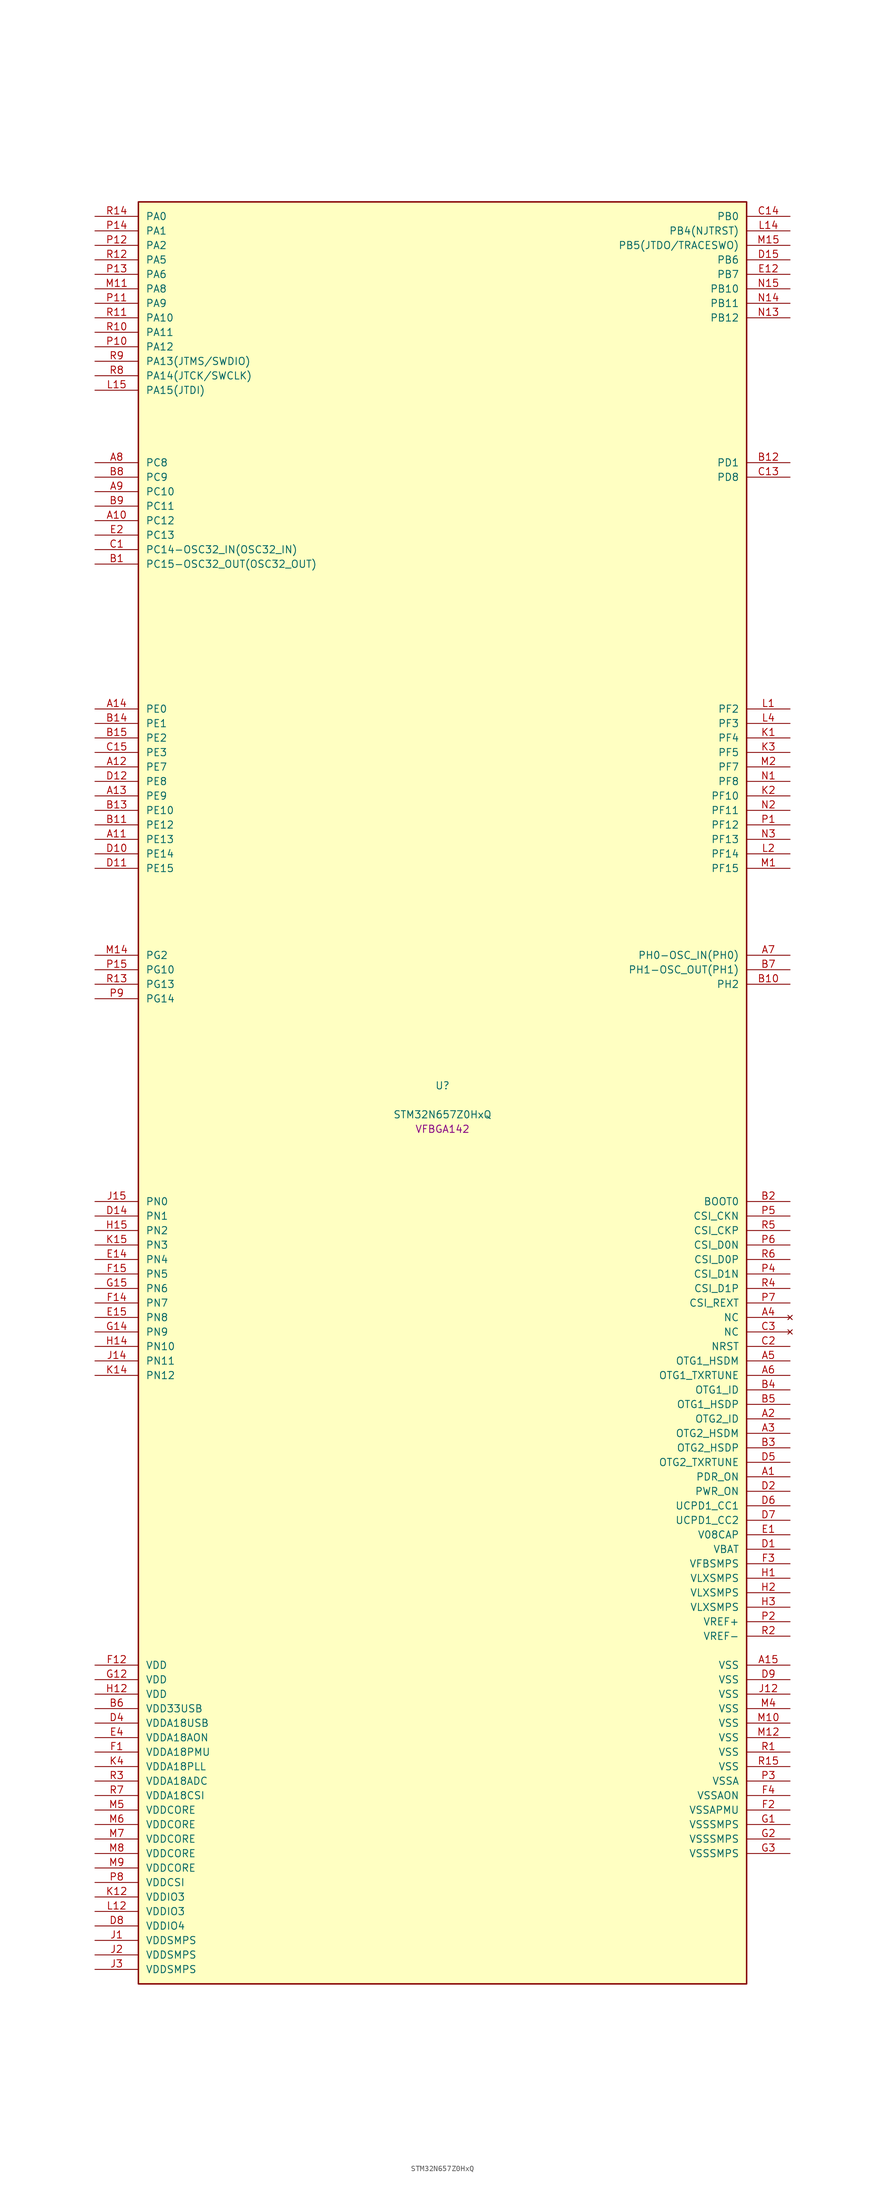
<source format=kicad_sym>
(kicad_symbol_lib
  (version 20241209)
  (generator "stm32_pkl_generator")
  (generator_version "1.0")
  (symbol "STM32N657Z0HxQ"
    (pin_names
      (offset 1.27))
    (property "Reference" "U"
      (at 0 2.54 0))
    (property "Value" "STM32N657Z0HxQ"
      (at 0 -2.54 0))
    (property "Footprint" "VFBGA142"
      (at 0 -5.08 0))
    (symbol "STM32N657Z0HxQ_1_1"
      (rectangle (start -53.34 157.48) (end 53.34 -154.94) (stroke (width 0.254) (type solid)) (fill (type background)))
      (pin bidirectional line (at -60.96 154.94 0) (length 7.62) (name "PA0") (number "R14") (alternate "PA0/ADC1_INN1" bidirectional line) (alternate "PA0/ADC1_INP0" bidirectional line) (alternate "PA0/ADC2_INN1" bidirectional line) (alternate "PA0/ADC2_INP0" bidirectional line) (alternate "PA0/HDP_HDP0" bidirectional line) (alternate "PA0/I2S6_WS" bidirectional line) (alternate "PA0/LTDC_G3" bidirectional line) (alternate "PA0/PWR_WKUP1" bidirectional line) (alternate "PA0/SAI2_SD_B" bidirectional line) (alternate "PA0/SPI6_NSS" bidirectional line) (alternate "PA0/TIM15_BKIN" bidirectional line) (alternate "PA0/TIM2_CH1" bidirectional line) (alternate "PA0/TIM9_CH1" bidirectional line) (alternate "PA0/UART4_TX" bidirectional line))
      (pin bidirectional line (at -60.96 152.4 0) (length 7.62) (name "PA1") (number "P14") (alternate "PA1/ADC1_INP1" bidirectional line) (alternate "PA1/ADC2_INP1" bidirectional line) (alternate "PA1/DCMIPP_D0" bidirectional line) (alternate "PA1/DCMI_D0" bidirectional line) (alternate "PA1/HDP_HDP1" bidirectional line) (alternate "PA1/LTDC_G2" bidirectional line) (alternate "PA1/PSSI_D0" bidirectional line) (alternate "PA1/SAI2_MCLK_B" bidirectional line) (alternate "PA1/TIM15_CH1N" bidirectional line) (alternate "PA1/TIM2_CH2" bidirectional line) (alternate "PA1/UART4_RX" bidirectional line))
      (pin bidirectional line (at -60.96 149.86 0) (length 7.62) (name "PA2") (number "P12") (alternate "PA2/ADC1_INP14" bidirectional line) (alternate "PA2/ADC2_INP14" bidirectional line) (alternate "PA2/HDP_HDP2" bidirectional line) (alternate "PA2/LTDC_B7" bidirectional line) (alternate "PA2/MDIOS_MDIO" bidirectional line) (alternate "PA2/PWR_WKUP2" bidirectional line) (alternate "PA2/SAI2_SCK_B" bidirectional line) (alternate "PA2/TIM15_CH1" bidirectional line) (alternate "PA2/TIM2_CH3" bidirectional line))
      (pin bidirectional line (at -60.96 147.32 0) (length 7.62) (name "PA5") (number "R12") (alternate "PA5/ADC2_INP18" bidirectional line) (alternate "PA5/DCMIPP_D8" bidirectional line) (alternate "PA5/DCMI_D8" bidirectional line) (alternate "PA5/HDP_HDP5" bidirectional line) (alternate "PA5/I2S1_CK" bidirectional line) (alternate "PA5/I2S6_CK" bidirectional line) (alternate "PA5/I3C1_SCL" bidirectional line) (alternate "PA5/LTDC_CLK" bidirectional line) (alternate "PA5/PSSI_D8" bidirectional line) (alternate "PA5/PWR_CSTOP" bidirectional line) (alternate "PA5/SPI1_SCK" bidirectional line) (alternate "PA5/SPI6_SCK" bidirectional line) (alternate "PA5/TIM10_CH1" bidirectional line) (alternate "PA5/TIM2_CH1" bidirectional line) (alternate "PA5/TIM2_ETR" bidirectional line) (alternate "PA5/TIM9_CH2" bidirectional line))
      (pin bidirectional line (at -60.96 144.78 0) (length 7.62) (name "PA6") (number "P13") (alternate "PA6/ADC1_INP3" bidirectional line) (alternate "PA6/ADC2_INP3" bidirectional line) (alternate "PA6/BOOT1" bidirectional line) (alternate "PA6/DCMIPP_PIXCLK" bidirectional line) (alternate "PA6/DCMI_PIXCLK" bidirectional line) (alternate "PA6/HDP_HDP6" bidirectional line) (alternate "PA6/I2S1_SDI" bidirectional line) (alternate "PA6/I2S6_SDI" bidirectional line) (alternate "PA6/I3C1_SDA" bidirectional line) (alternate "PA6/LTDC_B7" bidirectional line) (alternate "PA6/LTDC_HSYNC" bidirectional line) (alternate "PA6/MDIOS_MDC" bidirectional line) (alternate "PA6/PSSI_PDCK" bidirectional line) (alternate "PA6/SPI1_MISO" bidirectional line) (alternate "PA6/SPI6_MISO" bidirectional line) (alternate "PA6/TIM13_CH1" bidirectional line) (alternate "PA6/TIM3_CH1" bidirectional line))
      (pin bidirectional line (at -60.96 142.24 0) (length 7.62) (name "PA8") (number "M11") (alternate "PA8/ADC1_INP5" bidirectional line) (alternate "PA8/ADC2_INP5" bidirectional line) (alternate "PA8/HDP_HDP0" bidirectional line) (alternate "PA8/I2C3_SCL" bidirectional line) (alternate "PA8/I3C2_SCL" bidirectional line) (alternate "PA8/LTDC_B6" bidirectional line) (alternate "PA8/RCC_MCO_1" bidirectional line) (alternate "PA8/TIM11_CH1" bidirectional line) (alternate "PA8/UART7_RX" bidirectional line) (alternate "PA8/USART1_CK" bidirectional line))
      (pin bidirectional line (at -60.96 139.7 0) (length 7.62) (name "PA9") (number "P11") (alternate "PA9/ADC1_INP10" bidirectional line) (alternate "PA9/ADC2_INP10" bidirectional line) (alternate "PA9/DCMIPP_D0" bidirectional line) (alternate "PA9/DCMI_D0" bidirectional line) (alternate "PA9/HDP_HDP1" bidirectional line) (alternate "PA9/I2C3_SDA" bidirectional line) (alternate "PA9/I3C2_SDA" bidirectional line) (alternate "PA9/LPUART1_TX" bidirectional line) (alternate "PA9/LTDC_B5" bidirectional line) (alternate "PA9/PSSI_D0" bidirectional line) (alternate "PA9/USART1_TX" bidirectional line))
      (pin bidirectional line (at -60.96 137.16 0) (length 7.62) (name "PA10") (number "R11") (alternate "PA10/ADC1_INN10" bidirectional line) (alternate "PA10/ADC1_INP11" bidirectional line) (alternate "PA10/ADC2_INN10" bidirectional line) (alternate "PA10/ADC2_INP11" bidirectional line) (alternate "PA10/DCMIPP_D1" bidirectional line) (alternate "PA10/DCMI_D1" bidirectional line) (alternate "PA10/HDP_HDP2" bidirectional line) (alternate "PA10/LPUART1_RX" bidirectional line) (alternate "PA10/LTDC_B4" bidirectional line) (alternate "PA10/MDIOS_MDIO" bidirectional line) (alternate "PA10/PSSI_D1" bidirectional line) (alternate "PA10/PWR_CSLEEP" bidirectional line) (alternate "PA10/USART1_RX" bidirectional line))
      (pin bidirectional line (at -60.96 134.62 0) (length 7.62) (name "PA11") (number "R10") (alternate "PA11/ADC1_EXTI11" bidirectional line) (alternate "PA11/ADC1_INN11" bidirectional line) (alternate "PA11/ADC1_INP12" bidirectional line) (alternate "PA11/ADC2_EXTI11" bidirectional line) (alternate "PA11/ADC2_INN11" bidirectional line) (alternate "PA11/ADC2_INP12" bidirectional line) (alternate "PA11/FDCAN1_RX" bidirectional line) (alternate "PA11/HDP_HDP3" bidirectional line) (alternate "PA11/LPUART1_CTS" bidirectional line) (alternate "PA11/LTDC_B3" bidirectional line) (alternate "PA11/UART4_RX" bidirectional line) (alternate "PA11/USART1_CTS" bidirectional line) (alternate "PA11/USART1_NSS" bidirectional line))
      (pin bidirectional line (at -60.96 132.08 0) (length 7.62) (name "PA12") (number "P10") (alternate "PA12/ADC1_INN12" bidirectional line) (alternate "PA12/ADC1_INP13" bidirectional line) (alternate "PA12/ADC2_INN12" bidirectional line) (alternate "PA12/ADC2_INP13" bidirectional line) (alternate "PA12/FDCAN1_TX" bidirectional line) (alternate "PA12/HDP_HDP4" bidirectional line) (alternate "PA12/LPUART1_RTS" bidirectional line) (alternate "PA12/LTDC_B2" bidirectional line) (alternate "PA12/SAI2_FS_B" bidirectional line) (alternate "PA12/UART4_TX" bidirectional line) (alternate "PA12/USART1_RTS" bidirectional line))
      (pin bidirectional line (at -60.96 129.54 0) (length 7.62) (name "PA13(JTMS/SWDIO)") (number "R9") (alternate "PA13(JTMS/SWDIO)/DEBUG_JTMS-SWDIO" bidirectional line) (alternate "PA13(JTMS/SWDIO)/HDP_HDP5" bidirectional line))
      (pin bidirectional line (at -60.96 127 0) (length 7.62) (name "PA14(JTCK/SWCLK)") (number "R8") (alternate "PA14(JTCK/SWCLK)/DEBUG_JTCK-SWCLK" bidirectional line) (alternate "PA14(JTCK/SWCLK)/HDP_HDP6" bidirectional line))
      (pin bidirectional line (at -60.96 124.46 0) (length 7.62) (name "PA15(JTDI)") (number "L15") (alternate "PA15(JTDI)/ADC1_EXTI15" bidirectional line) (alternate "PA15(JTDI)/ADC2_EXTI15" bidirectional line) (alternate "PA15(JTDI)/DEBUG_JTDI" bidirectional line) (alternate "PA15(JTDI)/HDP_HDP7" bidirectional line) (alternate "PA15(JTDI)/I2S1_WS" bidirectional line) (alternate "PA15(JTDI)/I2S3_WS" bidirectional line) (alternate "PA15(JTDI)/I2S6_WS" bidirectional line) (alternate "PA15(JTDI)/LTDC_R5" bidirectional line) (alternate "PA15(JTDI)/SPI1_NSS" bidirectional line) (alternate "PA15(JTDI)/SPI3_NSS" bidirectional line) (alternate "PA15(JTDI)/SPI6_NSS" bidirectional line) (alternate "PA15(JTDI)/TIM2_CH1" bidirectional line) (alternate "PA15(JTDI)/TIM2_ETR" bidirectional line) (alternate "PA15(JTDI)/UART4_DE" bidirectional line) (alternate "PA15(JTDI)/UART4_RTS" bidirectional line) (alternate "PA15(JTDI)/UART7_TX" bidirectional line))
      (pin bidirectional line (at 60.96 154.94 180) (length 7.62) (name "PB0") (number "C14") (alternate "PB0/ADF1_SDI0" bidirectional line) (alternate "PB0/DCMIPP_D4" bidirectional line) (alternate "PB0/DCMI_D4" bidirectional line) (alternate "PB0/DEBUG_TRACED1" bidirectional line) (alternate "PB0/MDF1_SDI2" bidirectional line) (alternate "PB0/PSSI_D4" bidirectional line) (alternate "PB0/SAI1_D2" bidirectional line) (alternate "PB0/SAI1_FS_A" bidirectional line) (alternate "PB0/SPI4_NSS" bidirectional line) (alternate "PB0/TIM15_CH1N" bidirectional line))
      (pin bidirectional line (at 60.96 152.4 180) (length 7.62) (name "PB4(NJTRST)") (number "L14") (alternate "PB4(NJTRST)/DCMIPP_VSYNC" bidirectional line) (alternate "PB4(NJTRST)/DCMI_VSYNC" bidirectional line) (alternate "PB4(NJTRST)/DEBUG_NJTRST" bidirectional line) (alternate "PB4(NJTRST)/HDP_HDP4" bidirectional line) (alternate "PB4(NJTRST)/I2S1_SDI" bidirectional line) (alternate "PB4(NJTRST)/I2S3_SDI" bidirectional line) (alternate "PB4(NJTRST)/I2S6_SDI" bidirectional line) (alternate "PB4(NJTRST)/LTDC_R3" bidirectional line) (alternate "PB4(NJTRST)/PSSI_RDY" bidirectional line) (alternate "PB4(NJTRST)/SPI1_MISO" bidirectional line) (alternate "PB4(NJTRST)/SPI3_MISO" bidirectional line) (alternate "PB4(NJTRST)/SPI6_MISO" bidirectional line) (alternate "PB4(NJTRST)/TIM3_CH1" bidirectional line) (alternate "PB4(NJTRST)/UART7_TX" bidirectional line))
      (pin bidirectional line (at 60.96 149.86 180) (length 7.62) (name "PB5(JTDO/TRACESWO)") (number "M15") (alternate "PB5(JTDO/TRACESWO)/DCMIPP_D10" bidirectional line) (alternate "PB5(JTDO/TRACESWO)/DCMI_D10" bidirectional line) (alternate "PB5(JTDO/TRACESWO)/DEBUG_JTDO-SWO" bidirectional line) (alternate "PB5(JTDO/TRACESWO)/FDCAN2_RX" bidirectional line) (alternate "PB5(JTDO/TRACESWO)/HDP_HDP5" bidirectional line) (alternate "PB5(JTDO/TRACESWO)/I2S1_SDO" bidirectional line) (alternate "PB5(JTDO/TRACESWO)/I2S3_SDO" bidirectional line) (alternate "PB5(JTDO/TRACESWO)/I2S6_SDO" bidirectional line) (alternate "PB5(JTDO/TRACESWO)/LTDC_R2" bidirectional line) (alternate "PB5(JTDO/TRACESWO)/PSSI_D10" bidirectional line) (alternate "PB5(JTDO/TRACESWO)/SPI1_MOSI" bidirectional line) (alternate "PB5(JTDO/TRACESWO)/SPI3_MOSI" bidirectional line) (alternate "PB5(JTDO/TRACESWO)/SPI6_MOSI" bidirectional line) (alternate "PB5(JTDO/TRACESWO)/TIM3_CH2" bidirectional line) (alternate "PB5(JTDO/TRACESWO)/UART5_RX" bidirectional line))
      (pin bidirectional line (at 60.96 147.32 180) (length 7.62) (name "PB6") (number "D15") (alternate "PB6/ADF1_CCK1" bidirectional line) (alternate "PB6/DCMIPP_D6" bidirectional line) (alternate "PB6/DCMI_D6" bidirectional line) (alternate "PB6/DEBUG_TRACED2" bidirectional line) (alternate "PB6/MDF1_CCK1" bidirectional line) (alternate "PB6/PSSI_D6" bidirectional line) (alternate "PB6/SAI1_CK2" bidirectional line) (alternate "PB6/SAI1_SCK_A" bidirectional line) (alternate "PB6/SPI4_MISO" bidirectional line) (alternate "PB6/TIM15_CH1" bidirectional line))
      (pin bidirectional line (at 60.96 144.78 180) (length 7.62) (name "PB7") (number "E12") (alternate "PB7/ADF1_SDI0" bidirectional line) (alternate "PB7/DCMIPP_D7" bidirectional line) (alternate "PB7/DCMI_D7" bidirectional line) (alternate "PB7/DEBUG_TRACED3" bidirectional line) (alternate "PB7/MDF1_SDI1" bidirectional line) (alternate "PB7/PSSI_D7" bidirectional line) (alternate "PB7/SAI1_D1" bidirectional line) (alternate "PB7/SAI1_SD_A" bidirectional line) (alternate "PB7/SAI2_MCLK_B" bidirectional line) (alternate "PB7/SPI4_MOSI" bidirectional line) (alternate "PB7/TIM15_CH2" bidirectional line))
      (pin bidirectional line (at 60.96 142.24 180) (length 7.62) (name "PB10") (number "N15") (alternate "PB10/ADC1_INN4" bidirectional line) (alternate "PB10/ADC1_INP8" bidirectional line) (alternate "PB10/ADC2_INN4" bidirectional line) (alternate "PB10/ADC2_INP8" bidirectional line) (alternate "PB10/HDP_HDP2" bidirectional line) (alternate "PB10/I2C2_SCL" bidirectional line) (alternate "PB10/I3C2_SCL" bidirectional line) (alternate "PB10/LPTIM2_IN1" bidirectional line) (alternate "PB10/LTDC_G7" bidirectional line) (alternate "PB10/TIM2_CH3" bidirectional line) (alternate "PB10/USART3_TX" bidirectional line))
      (pin bidirectional line (at 60.96 139.7 180) (length 7.62) (name "PB11") (number "N14") (alternate "PB11/ADC1_EXTI11" bidirectional line) (alternate "PB11/ADC1_INP4" bidirectional line) (alternate "PB11/ADC2_EXTI11" bidirectional line) (alternate "PB11/ADC2_INP4" bidirectional line) (alternate "PB11/HDP_HDP3" bidirectional line) (alternate "PB11/I2C2_SDA" bidirectional line) (alternate "PB11/I3C2_SDA" bidirectional line) (alternate "PB11/LPTIM2_ETR" bidirectional line) (alternate "PB11/LTDC_G6" bidirectional line) (alternate "PB11/TIM2_CH4" bidirectional line) (alternate "PB11/USART3_RX" bidirectional line))
      (pin bidirectional line (at 60.96 137.16 180) (length 7.62) (name "PB12") (number "N13") (alternate "PB12/FDCAN2_RX" bidirectional line) (alternate "PB12/HDP_HDP4" bidirectional line) (alternate "PB12/I2C2_SMBA" bidirectional line) (alternate "PB12/LPTIM2_IN2" bidirectional line) (alternate "PB12/LTDC_G5" bidirectional line) (alternate "PB12/UART5_RX" bidirectional line) (alternate "PB12/USART3_CK" bidirectional line))
      (pin bidirectional line (at -60.96 111.76 0) (length 7.62) (name "PC8") (number "A8") (alternate "PC8/DCMIPP_D2" bidirectional line) (alternate "PC8/DCMI_D2" bidirectional line) (alternate "PC8/DEBUG_TRACED1" bidirectional line) (alternate "PC8/HDP_HDP0" bidirectional line) (alternate "PC8/I2C3_SMBA" bidirectional line) (alternate "PC8/LTDC_B0" bidirectional line) (alternate "PC8/PSSI_D2" bidirectional line) (alternate "PC8/TIM3_CH3" bidirectional line) (alternate "PC8/UART5_DE" bidirectional line) (alternate "PC8/UART5_RTS" bidirectional line) (alternate "PC8/UCPD1_FRSTX1" bidirectional line))
      (pin bidirectional line (at -60.96 109.22 0) (length 7.62) (name "PC9") (number "B8") (alternate "PC9/AUDIOCLK" bidirectional line) (alternate "PC9/DCMIPP_D3" bidirectional line) (alternate "PC9/DCMI_D3" bidirectional line) (alternate "PC9/HDP_HDP1" bidirectional line) (alternate "PC9/I2C3_SDA" bidirectional line) (alternate "PC9/LTDC_B3" bidirectional line) (alternate "PC9/PSSI_D3" bidirectional line) (alternate "PC9/RCC_MCO_2" bidirectional line) (alternate "PC9/TIM3_CH4" bidirectional line) (alternate "PC9/UART5_CTS" bidirectional line) (alternate "PC9/UCPD1_FRSTX2" bidirectional line))
      (pin bidirectional line (at -60.96 106.68 0) (length 7.62) (name "PC10") (number "A9") (alternate "PC10/DCMIPP_D14" bidirectional line) (alternate "PC10/HDP_HDP2" bidirectional line) (alternate "PC10/I2C4_SCL" bidirectional line) (alternate "PC10/I2S3_CK" bidirectional line) (alternate "PC10/I3C2_SCL" bidirectional line) (alternate "PC10/PSSI_D14" bidirectional line) (alternate "PC10/SPI3_SCK" bidirectional line) (alternate "PC10/UART4_TX" bidirectional line) (alternate "PC10/USART3_TX" bidirectional line))
      (pin bidirectional line (at -60.96 104.14 0) (length 7.62) (name "PC11") (number "B9") (alternate "PC11/ADC1_EXTI11" bidirectional line) (alternate "PC11/ADC2_EXTI11" bidirectional line) (alternate "PC11/DCMIPP_D4" bidirectional line) (alternate "PC11/DCMI_D4" bidirectional line) (alternate "PC11/HDP_HDP3" bidirectional line) (alternate "PC11/I2C4_SDA" bidirectional line) (alternate "PC11/I2S3_SDI" bidirectional line) (alternate "PC11/I3C2_SDA" bidirectional line) (alternate "PC11/PSSI_D4" bidirectional line) (alternate "PC11/SPI3_MISO" bidirectional line) (alternate "PC11/UART4_RX" bidirectional line) (alternate "PC11/USART3_RX" bidirectional line))
      (pin bidirectional line (at -60.96 101.6 0) (length 7.62) (name "PC12") (number "A10") (alternate "PC12/DCMIPP_D9" bidirectional line) (alternate "PC12/DCMI_D9" bidirectional line) (alternate "PC12/DEBUG_TRACED3" bidirectional line) (alternate "PC12/HDP_HDP4" bidirectional line) (alternate "PC12/I2S3_SDO" bidirectional line) (alternate "PC12/I2S6_CK" bidirectional line) (alternate "PC12/PSSI_D9" bidirectional line) (alternate "PC12/SPI3_MOSI" bidirectional line) (alternate "PC12/SPI6_SCK" bidirectional line) (alternate "PC12/TIM15_CH1" bidirectional line) (alternate "PC12/UART5_TX" bidirectional line) (alternate "PC12/USART3_CK" bidirectional line))
      (pin bidirectional line (at -60.96 99.06 0) (length 7.62) (name "PC13") (number "E2") (alternate "PC13/HDP_HDP5" bidirectional line) (alternate "PC13/PWR_WKUP3" bidirectional line) (alternate "PC13/RTC_OUT1" bidirectional line) (alternate "PC13/RTC_TS" bidirectional line) (alternate "PC13/TAMP_IN1" bidirectional line) (alternate "PC13/TAMP_OUT2" bidirectional line))
      (pin bidirectional line (at -60.96 96.52 0) (length 7.62) (name "PC14-OSC32_IN(OSC32_IN)") (number "C1") (alternate "PC14-OSC32_IN(OSC32_IN)/RCC_OSC32_IN" bidirectional line))
      (pin bidirectional line (at -60.96 93.98 0) (length 7.62) (name "PC15-OSC32_OUT(OSC32_OUT)") (number "B1") (alternate "PC15-OSC32_OUT(OSC32_OUT)/ADC1_EXTI15" bidirectional line) (alternate "PC15-OSC32_OUT(OSC32_OUT)/ADC2_EXTI15" bidirectional line) (alternate "PC15-OSC32_OUT(OSC32_OUT)/RCC_OSC32_OUT" bidirectional line))
      (pin bidirectional line (at 60.96 111.76 180) (length 7.62) (name "PD1") (number "B12") (alternate "PD1/FDCAN1_TX" bidirectional line) (alternate "PD1/UART4_TX" bidirectional line))
      (pin bidirectional line (at 60.96 109.22 180) (length 7.62) (name "PD8") (number "C13") (alternate "PD8/DCMIPP_D11" bidirectional line) (alternate "PD8/DCMI_D11" bidirectional line) (alternate "PD8/LTDC_R7" bidirectional line) (alternate "PD8/PSSI_D11" bidirectional line) (alternate "PD8/TAMP_IN3" bidirectional line) (alternate "PD8/TAMP_OUT4" bidirectional line) (alternate "PD8/USART3_TX" bidirectional line))
      (pin bidirectional line (at -60.96 68.58 0) (length 7.62) (name "PE0") (number "A14") (alternate "PE0/DCMIPP_D2" bidirectional line) (alternate "PE0/DCMI_D2" bidirectional line) (alternate "PE0/LPTIM2_ETR" bidirectional line) (alternate "PE0/PSSI_D2" bidirectional line) (alternate "PE0/SAI2_MCLK_A" bidirectional line) (alternate "PE0/TAMP_IN6" bidirectional line) (alternate "PE0/TAMP_OUT5" bidirectional line) (alternate "PE0/USART3_RX" bidirectional line))
      (pin bidirectional line (at -60.96 66.04 0) (length 7.62) (name "PE1") (number "B14") (alternate "PE1/DCMIPP_D8" bidirectional line) (alternate "PE1/DCMI_D8" bidirectional line) (alternate "PE1/LPTIM2_CH2" bidirectional line) (alternate "PE1/PSSI_D8" bidirectional line) (alternate "PE1/USART3_TX" bidirectional line))
      (pin bidirectional line (at -60.96 63.5 0) (length 7.62) (name "PE2") (number "B15") (alternate "PE2/ADF1_CCK0" bidirectional line) (alternate "PE2/DEBUG_TRACECLK" bidirectional line) (alternate "PE2/MDF1_CCK0" bidirectional line) (alternate "PE2/SAI1_CK1" bidirectional line) (alternate "PE2/SAI1_MCLK_A" bidirectional line) (alternate "PE2/SPI4_SCK" bidirectional line) (alternate "PE2/UCPD1_FRSTX1" bidirectional line))
      (pin bidirectional line (at -60.96 60.96 0) (length 7.62) (name "PE3") (number "C15") (alternate "PE3/DEBUG_TRACED0" bidirectional line) (alternate "PE3/MDF1_CKI2" bidirectional line) (alternate "PE3/SAI1_SD_B" bidirectional line) (alternate "PE3/TIM15_BKIN" bidirectional line))
      (pin bidirectional line (at -60.96 58.42 0) (length 7.62) (name "PE7") (number "A12") (alternate "PE7/MDF1_CKI0" bidirectional line) (alternate "PE7/SAI2_SD_B" bidirectional line) (alternate "PE7/UART7_RX" bidirectional line))
      (pin bidirectional line (at -60.96 55.88 0) (length 7.62) (name "PE8") (number "D12") (alternate "PE8/DCMIPP_D4" bidirectional line) (alternate "PE8/DCMI_D4" bidirectional line) (alternate "PE8/MDF1_SDI0" bidirectional line) (alternate "PE8/PSSI_D4" bidirectional line) (alternate "PE8/UART7_TX" bidirectional line) (alternate "PE8/USART3_TX" bidirectional line))
      (pin bidirectional line (at -60.96 53.34 0) (length 7.62) (name "PE9") (number "A13") (alternate "PE9/MDF1_CKI4" bidirectional line) (alternate "PE9/UART7_RTS" bidirectional line))
      (pin bidirectional line (at -60.96 50.8 0) (length 7.62) (name "PE10") (number "B13") (alternate "PE10/DCMIPP_D3" bidirectional line) (alternate "PE10/DCMI_D3" bidirectional line) (alternate "PE10/DEBUG_TRACECLK" bidirectional line) (alternate "PE10/MDF1_SDI4" bidirectional line) (alternate "PE10/PSSI_D3" bidirectional line) (alternate "PE10/UART7_CTS" bidirectional line) (alternate "PE10/USART3_RX" bidirectional line))
      (pin bidirectional line (at -60.96 48.26 0) (length 7.62) (name "PE12") (number "B11") (alternate "PE12/FDCAN3_RX" bidirectional line) (alternate "PE12/MDF1_SDI5" bidirectional line) (alternate "PE12/SAI2_SCK_B" bidirectional line) (alternate "PE12/SPI4_SCK" bidirectional line))
      (pin bidirectional line (at -60.96 45.72 0) (length 7.62) (name "PE13") (number "A11") (alternate "PE13/ADF1_CCK0" bidirectional line) (alternate "PE13/I2C4_SCL" bidirectional line) (alternate "PE13/SAI2_FS_B" bidirectional line) (alternate "PE13/SPI4_MISO" bidirectional line))
      (pin bidirectional line (at -60.96 43.18 0) (length 7.62) (name "PE14") (number "D10") (alternate "PE14/ADF1_CCK1" bidirectional line) (alternate "PE14/GFXTIM_FCKCAL" bidirectional line) (alternate "PE14/GFXTIM_LCKCAL" bidirectional line) (alternate "PE14/I2C4_SDA" bidirectional line) (alternate "PE14/SAI2_MCLK_B" bidirectional line) (alternate "PE14/SPI4_MOSI" bidirectional line))
      (pin bidirectional line (at -60.96 40.64 0) (length 7.62) (name "PE15") (number "D11") (alternate "PE15/ADC1_EXTI15" bidirectional line) (alternate "PE15/ADC2_EXTI15" bidirectional line) (alternate "PE15/GFXTIM_FCKCAL" bidirectional line) (alternate "PE15/GFXTIM_LCKCAL" bidirectional line) (alternate "PE15/I2C4_SMBA" bidirectional line) (alternate "PE15/SPI5_SCK" bidirectional line))
      (pin bidirectional line (at 60.96 68.58 180) (length 7.62) (name "PF2") (number "L1") (alternate "PF2/FDCAN3_TX" bidirectional line) (alternate "PF2/LTDC_B1" bidirectional line))
      (pin bidirectional line (at 60.96 66.04 180) (length 7.62) (name "PF3") (number "L4") (alternate "PF3/ADC1_INP16" bidirectional line) (alternate "PF3/DCMIPP_HSYNC" bidirectional line) (alternate "PF3/DCMI_HSYNC" bidirectional line) (alternate "PF3/FDCAN3_RX" bidirectional line) (alternate "PF3/LTDC_R4" bidirectional line) (alternate "PF3/PSSI_DE" bidirectional line))
      (pin bidirectional line (at 60.96 63.5 180) (length 7.62) (name "PF4") (number "K1") (alternate "PF4/ADC1_INP18" bidirectional line) (alternate "PF4/DCMIPP_HSYNC" bidirectional line) (alternate "PF4/DCMI_HSYNC" bidirectional line) (alternate "PF4/HDP_HDP4" bidirectional line) (alternate "PF4/I2S1_WS" bidirectional line) (alternate "PF4/I2S3_WS" bidirectional line) (alternate "PF4/I2S6_WS" bidirectional line) (alternate "PF4/LTDC_R3" bidirectional line) (alternate "PF4/PSSI_DE" bidirectional line) (alternate "PF4/SPI1_NSS" bidirectional line) (alternate "PF4/SPI3_NSS" bidirectional line) (alternate "PF4/SPI6_NSS" bidirectional line))
      (pin bidirectional line (at 60.96 60.96 180) (length 7.62) (name "PF5") (number "K3") (alternate "PF5/DCMIPP_D6" bidirectional line) (alternate "PF5/DCMI_D6" bidirectional line) (alternate "PF5/LPTIM2_IN2" bidirectional line) (alternate "PF5/LTDC_G0" bidirectional line) (alternate "PF5/PSSI_D6" bidirectional line) (alternate "PF5/SAI2_SD_A" bidirectional line) (alternate "PF5/USART3_CTS" bidirectional line) (alternate "PF5/USART3_NSS" bidirectional line))
      (pin bidirectional line (at 60.96 58.42 180) (length 7.62) (name "PF7") (number "M2") (alternate "PF7/ADC1_INN5" bidirectional line) (alternate "PF7/ADC1_INP9" bidirectional line) (alternate "PF7/ADC2_INN5" bidirectional line) (alternate "PF7/ADC2_INP9" bidirectional line) (alternate "PF7/GFXTIM_TE" bidirectional line) (alternate "PF7/HDP_HDP0" bidirectional line) (alternate "PF7/I2S1_CK" bidirectional line) (alternate "PF7/LTDC_VSYNC" bidirectional line) (alternate "PF7/SPI1_SCK" bidirectional line) (alternate "PF7/TIM3_CH3" bidirectional line) (alternate "PF7/TIM9_CH1" bidirectional line) (alternate "PF7/UART4_CTS" bidirectional line))
      (pin bidirectional line (at 60.96 55.88 180) (length 7.62) (name "PF8") (number "N1") (alternate "PF8/DEBUG_TRACECLK" bidirectional line) (alternate "PF8/LTDC_R6" bidirectional line))
      (pin bidirectional line (at 60.96 53.34 180) (length 7.62) (name "PF10") (number "K2") (alternate "PF10/DCMIPP_D11" bidirectional line) (alternate "PF10/DCMIPP_D15" bidirectional line) (alternate "PF10/DCMI_D11" bidirectional line) (alternate "PF10/LTDC_R1" bidirectional line) (alternate "PF10/MDF1_SDI3" bidirectional line) (alternate "PF10/PSSI_D11" bidirectional line) (alternate "PF10/PSSI_D15" bidirectional line) (alternate "PF10/SAI1_D3" bidirectional line) (alternate "PF10/UART7_RX" bidirectional line) (alternate "PF10/UCPD1_FRSTX1" bidirectional line))
      (pin bidirectional line (at 60.96 50.8 180) (length 7.62) (name "PF11") (number "N2") (alternate "PF11/ADC1_EXTI11" bidirectional line) (alternate "PF11/ADC1_INP2" bidirectional line) (alternate "PF11/ADC2_EXTI11" bidirectional line) (alternate "PF11/DCMIPP_D15" bidirectional line) (alternate "PF11/LTDC_B0" bidirectional line) (alternate "PF11/PSSI_D15" bidirectional line) (alternate "PF11/SAI2_SD_B" bidirectional line) (alternate "PF11/SPI5_MOSI" bidirectional line))
      (pin bidirectional line (at 60.96 48.26 180) (length 7.62) (name "PF12") (number "P1") (alternate "PF12/ADC1_INN2" bidirectional line) (alternate "PF12/ADC1_INP6" bidirectional line) (alternate "PF12/DCMIPP_D13" bidirectional line) (alternate "PF12/DCMI_D13" bidirectional line) (alternate "PF12/PSSI_D13" bidirectional line) (alternate "PF12/SPI5_MISO" bidirectional line) (alternate "PF12/USART1_RX" bidirectional line))
      (pin bidirectional line (at 60.96 45.72 180) (length 7.62) (name "PF13") (number "N3") (alternate "PF13/ADC2_INP2" bidirectional line) (alternate "PF13/DCMIPP_D10" bidirectional line) (alternate "PF13/DCMI_D10" bidirectional line) (alternate "PF13/PSSI_D10" bidirectional line) (alternate "PF13/SPI5_NSS" bidirectional line) (alternate "PF13/USART1_TX" bidirectional line))
      (pin bidirectional line (at 60.96 43.18 180) (length 7.62) (name "PF14") (number "L2") (alternate "PF14/ADC2_INN2" bidirectional line) (alternate "PF14/ADC2_INP6" bidirectional line) (alternate "PF14/LTDC_G0" bidirectional line) (alternate "PF14/SPI5_MOSI" bidirectional line) (alternate "PF14/TIM2_CH2" bidirectional line) (alternate "PF14/USART1_CTS" bidirectional line))
      (pin bidirectional line (at 60.96 40.64 180) (length 7.62) (name "PF15") (number "M1") (alternate "PF15/ADC1_EXTI15" bidirectional line) (alternate "PF15/ADC2_EXTI15" bidirectional line) (alternate "PF15/LTDC_G1" bidirectional line) (alternate "PF15/SPI5_SCK" bidirectional line) (alternate "PF15/USART1_RTS" bidirectional line))
      (pin bidirectional line (at -60.96 25.4 0) (length 7.62) (name "PG2") (number "M14") (alternate "PG2/DCMIPP_D6" bidirectional line) (alternate "PG2/DCMI_D6" bidirectional line) (alternate "PG2/LTDC_R0" bidirectional line) (alternate "PG2/PSSI_D6" bidirectional line) (alternate "PG2/SAI1_FS_B" bidirectional line) (alternate "PG2/SAI2_MCLK_B" bidirectional line) (alternate "PG2/SPI5_MOSI" bidirectional line) (alternate "PG2/TIM14_CH1" bidirectional line) (alternate "PG2/UART7_CTS" bidirectional line) (alternate "PG2/USART3_RTS" bidirectional line))
      (pin bidirectional line (at -60.96 22.86 0) (length 7.62) (name "PG10") (number "P15") (alternate "PG10/DCMIPP_D2" bidirectional line) (alternate "PG10/DCMI_D2" bidirectional line) (alternate "PG10/FDCAN2_TX" bidirectional line) (alternate "PG10/HDP_HDP5" bidirectional line) (alternate "PG10/LPTIM2_CH1" bidirectional line) (alternate "PG10/LTDC_G4" bidirectional line) (alternate "PG10/PSSI_D2" bidirectional line) (alternate "PG10/UART5_TX" bidirectional line) (alternate "PG10/USART3_CTS" bidirectional line) (alternate "PG10/USART3_NSS" bidirectional line))
      (pin bidirectional line (at -60.96 20.32 0) (length 7.62) (name "PG13") (number "R13") (alternate "PG13/DCMIPP_D12" bidirectional line) (alternate "PG13/DCMI_D12" bidirectional line) (alternate "PG13/LPTIM2_IN1" bidirectional line) (alternate "PG13/LTDC_DE" bidirectional line) (alternate "PG13/PSSI_D12" bidirectional line) (alternate "PG13/SAI2_FS_A" bidirectional line) (alternate "PG13/USART3_RTS" bidirectional line))
      (pin bidirectional line (at -60.96 17.78 0) (length 7.62) (name "PG14") (number "P9") (alternate "PG14/DCMIPP_D11" bidirectional line) (alternate "PG14/DCMI_D11" bidirectional line) (alternate "PG14/DEBUG_TRACED1" bidirectional line) (alternate "PG14/I2S6_SDO" bidirectional line) (alternate "PG14/LTDC_B1" bidirectional line) (alternate "PG14/PSSI_D11" bidirectional line) (alternate "PG14/SPI6_MOSI" bidirectional line))
      (pin bidirectional line (at 60.96 25.4 180) (length 7.62) (name "PH0-OSC_IN(PH0)") (number "A7") (alternate "PH0-OSC_IN(PH0)/RCC_OSC_IN" bidirectional line))
      (pin bidirectional line (at 60.96 22.86 180) (length 7.62) (name "PH1-OSC_OUT(PH1)") (number "B7") (alternate "PH1-OSC_OUT(PH1)/RCC_OSC_OUT" bidirectional line))
      (pin bidirectional line (at 60.96 20.32 180) (length 7.62) (name "PH2") (number "B10") (alternate "PH2/DCMIPP_D11" bidirectional line) (alternate "PH2/DCMI_D11" bidirectional line) (alternate "PH2/DEBUG_TRACED2" bidirectional line) (alternate "PH2/FDCAN1_TX" bidirectional line) (alternate "PH2/PSSI_D11" bidirectional line) (alternate "PH2/TIM15_BKIN" bidirectional line) (alternate "PH2/TIM3_ETR" bidirectional line) (alternate "PH2/UART5_RX" bidirectional line))
      (pin bidirectional line (at -60.96 -17.78 0) (length 7.62) (name "PN0") (number "J15") (alternate "PN0/XSPIM_P2_DQS0" bidirectional line))
      (pin bidirectional line (at -60.96 -20.32 0) (length 7.62) (name "PN1") (number "D14") (alternate "PN1/XSPIM_P2_NCS1" bidirectional line))
      (pin bidirectional line (at -60.96 -22.86 0) (length 7.62) (name "PN2") (number "H15") (alternate "PN2/XSPIM_P2_IO0" bidirectional line))
      (pin bidirectional line (at -60.96 -25.4 0) (length 7.62) (name "PN3") (number "K15") (alternate "PN3/XSPIM_P2_IO1" bidirectional line))
      (pin bidirectional line (at -60.96 -27.94 0) (length 7.62) (name "PN4") (number "E14") (alternate "PN4/XSPIM_P2_IO2" bidirectional line))
      (pin bidirectional line (at -60.96 -30.48 0) (length 7.62) (name "PN5") (number "F15") (alternate "PN5/XSPIM_P2_IO3" bidirectional line))
      (pin bidirectional line (at -60.96 -33.02 0) (length 7.62) (name "PN6") (number "G15") (alternate "PN6/XSPIM_P2_CLK" bidirectional line))
      (pin bidirectional line (at -60.96 -35.56 0) (length 7.62) (name "PN7") (number "F14") (alternate "PN7/XSPIM_P2_NCLK" bidirectional line))
      (pin bidirectional line (at -60.96 -38.1 0) (length 7.62) (name "PN8") (number "E15") (alternate "PN8/XSPIM_P2_IO4" bidirectional line))
      (pin bidirectional line (at -60.96 -40.64 0) (length 7.62) (name "PN9") (number "G14") (alternate "PN9/DCMIPP_D5" bidirectional line) (alternate "PN9/DCMI_D5" bidirectional line) (alternate "PN9/PSSI_D5" bidirectional line) (alternate "PN9/XSPIM_P2_IO5" bidirectional line))
      (pin bidirectional line (at -60.96 -43.18 0) (length 7.62) (name "PN10") (number "H14") (alternate "PN10/LTDC_B4" bidirectional line) (alternate "PN10/XSPIM_P2_IO6" bidirectional line))
      (pin bidirectional line (at -60.96 -45.72 0) (length 7.62) (name "PN11") (number "J14") (alternate "PN11/ADC1_EXTI11" bidirectional line) (alternate "PN11/ADC2_EXTI11" bidirectional line) (alternate "PN11/LTDC_B6" bidirectional line) (alternate "PN11/XSPIM_P2_IO7" bidirectional line))
      (pin bidirectional line (at -60.96 -48.26 0) (length 7.62) (name "PN12") (number "K14") (alternate "PN12/XSPIM_P2_NCS2" bidirectional line))
      (pin input line (at 60.96 -17.78 180) (length 7.62) (name "BOOT0") (number "B2"))
      (pin bidirectional line (at 60.96 -20.32 180) (length 7.62) (name "CSI_CKN") (number "P5") (alternate "CSI_CKN/CSI_CKN" bidirectional line))
      (pin bidirectional line (at 60.96 -22.86 180) (length 7.62) (name "CSI_CKP") (number "R5") (alternate "CSI_CKP/CSI_CKP" bidirectional line))
      (pin bidirectional line (at 60.96 -25.4 180) (length 7.62) (name "CSI_D0N") (number "P6") (alternate "CSI_D0N/CSI_D0N" bidirectional line))
      (pin bidirectional line (at 60.96 -27.94 180) (length 7.62) (name "CSI_D0P") (number "R6") (alternate "CSI_D0P/CSI_D0P" bidirectional line))
      (pin bidirectional line (at 60.96 -30.48 180) (length 7.62) (name "CSI_D1N") (number "P4") (alternate "CSI_D1N/CSI_D1N" bidirectional line))
      (pin bidirectional line (at 60.96 -33.02 180) (length 7.62) (name "CSI_D1P") (number "R4") (alternate "CSI_D1P/CSI_D1P" bidirectional line))
      (pin bidirectional line (at 60.96 -35.56 180) (length 7.62) (name "CSI_REXT") (number "P7") (alternate "CSI_REXT/CSI_REXT" bidirectional line))
      (pin no_connect line (at 60.96 -38.1 180) (length 7.62) (name "NC") (number "A4"))
      (pin no_connect line (at 60.96 -40.64 180) (length 7.62) (name "NC") (number "C3"))
      (pin input line (at 60.96 -43.18 180) (length 7.62) (name "NRST") (number "C2"))
      (pin bidirectional line (at 60.96 -45.72 180) (length 7.62) (name "OTG1_HSDM") (number "A5") (alternate "OTG1_HSDM/USB1_OTG_HS_DM" bidirectional line))
      (pin bidirectional line (at 60.96 -48.26 180) (length 7.62) (name "OTG1_TXRTUNE") (number "A6"))
      (pin bidirectional line (at 60.96 -50.8 180) (length 7.62) (name "OTG1_ID") (number "B4") (alternate "OTG1_ID/USB1_OTG_HS_ID" bidirectional line))
      (pin bidirectional line (at 60.96 -53.34 180) (length 7.62) (name "OTG1_HSDP") (number "B5") (alternate "OTG1_HSDP/USB1_OTG_HS_DP" bidirectional line))
      (pin bidirectional line (at 60.96 -55.88 180) (length 7.62) (name "OTG2_ID") (number "A2") (alternate "OTG2_ID/USB2_OTG_HS_ID" bidirectional line))
      (pin bidirectional line (at 60.96 -58.42 180) (length 7.62) (name "OTG2_HSDM") (number "A3") (alternate "OTG2_HSDM/USB2_OTG_HS_DM" bidirectional line))
      (pin bidirectional line (at 60.96 -60.96 180) (length 7.62) (name "OTG2_HSDP") (number "B3") (alternate "OTG2_HSDP/USB2_OTG_HS_DP" bidirectional line))
      (pin bidirectional line (at 60.96 -63.5 180) (length 7.62) (name "OTG2_TXRTUNE") (number "D5"))
      (pin bidirectional line (at 60.96 -66.04 180) (length 7.62) (name "PDR_ON") (number "A1"))
      (pin bidirectional line (at 60.96 -68.58 180) (length 7.62) (name "PWR_ON") (number "D2"))
      (pin bidirectional line (at 60.96 -71.12 180) (length 7.62) (name "UCPD1_CC1") (number "D6") (alternate "UCPD1_CC1/UCPD1_CC1" bidirectional line))
      (pin bidirectional line (at 60.96 -73.66 180) (length 7.62) (name "UCPD1_CC2") (number "D7") (alternate "UCPD1_CC2/UCPD1_CC2" bidirectional line))
      (pin power_in line (at 60.96 -76.2 180) (length 7.62) (name "V08CAP") (number "E1"))
      (pin power_in line (at 60.96 -78.74 180) (length 7.62) (name "VBAT") (number "D1"))
      (pin power_in line (at 60.96 -81.28 180) (length 7.62) (name "VFBSMPS") (number "F3"))
      (pin power_in line (at 60.96 -83.82 180) (length 7.62) (name "VLXSMPS") (number "H1"))
      (pin power_in line (at 60.96 -86.36 180) (length 7.62) (name "VLXSMPS") (number "H2"))
      (pin power_in line (at 60.96 -88.9 180) (length 7.62) (name "VLXSMPS") (number "H3"))
      (pin bidirectional line (at 60.96 -91.44 180) (length 7.62) (name "VREF+") (number "P2"))
      (pin power_in line (at 60.96 -93.98 180) (length 7.62) (name "VREF-") (number "R2"))
      (pin power_in line (at -60.96 -99.06 0) (length 7.62) (name "VDD") (number "F12"))
      (pin power_in line (at -60.96 -101.6 0) (length 7.62) (name "VDD") (number "G12"))
      (pin power_in line (at -60.96 -104.14 0) (length 7.62) (name "VDD") (number "H12"))
      (pin power_in line (at -60.96 -106.68 0) (length 7.62) (name "VDD33USB") (number "B6"))
      (pin power_in line (at -60.96 -109.22 0) (length 7.62) (name "VDDA18USB") (number "D4"))
      (pin power_in line (at -60.96 -111.76 0) (length 7.62) (name "VDDA18AON") (number "E4"))
      (pin power_in line (at -60.96 -114.3 0) (length 7.62) (name "VDDA18PMU") (number "F1"))
      (pin power_in line (at -60.96 -116.84 0) (length 7.62) (name "VDDA18PLL") (number "K4"))
      (pin power_in line (at -60.96 -119.38 0) (length 7.62) (name "VDDA18ADC") (number "R3"))
      (pin power_in line (at -60.96 -121.92 0) (length 7.62) (name "VDDA18CSI") (number "R7"))
      (pin power_in line (at -60.96 -124.46 0) (length 7.62) (name "VDDCORE") (number "M5"))
      (pin power_in line (at -60.96 -127 0) (length 7.62) (name "VDDCORE") (number "M6"))
      (pin power_in line (at -60.96 -129.54 0) (length 7.62) (name "VDDCORE") (number "M7"))
      (pin power_in line (at -60.96 -132.08 0) (length 7.62) (name "VDDCORE") (number "M8"))
      (pin power_in line (at -60.96 -134.62 0) (length 7.62) (name "VDDCORE") (number "M9"))
      (pin power_in line (at -60.96 -137.16 0) (length 7.62) (name "VDDCSI") (number "P8"))
      (pin power_in line (at -60.96 -139.7 0) (length 7.62) (name "VDDIO3") (number "K12"))
      (pin power_in line (at -60.96 -142.24 0) (length 7.62) (name "VDDIO3") (number "L12"))
      (pin power_in line (at -60.96 -144.78 0) (length 7.62) (name "VDDIO4") (number "D8"))
      (pin power_in line (at -60.96 -147.32 0) (length 7.62) (name "VDDSMPS") (number "J1"))
      (pin power_in line (at -60.96 -149.86 0) (length 7.62) (name "VDDSMPS") (number "J2"))
      (pin power_in line (at -60.96 -152.4 0) (length 7.62) (name "VDDSMPS") (number "J3"))
      (pin power_in line (at 60.96 -99.06 180) (length 7.62) (name "VSS") (number "A15"))
      (pin power_in line (at 60.96 -101.6 180) (length 7.62) (name "VSS") (number "D9"))
      (pin power_in line (at 60.96 -104.14 180) (length 7.62) (name "VSS") (number "J12"))
      (pin power_in line (at 60.96 -106.68 180) (length 7.62) (name "VSS") (number "M4"))
      (pin power_in line (at 60.96 -109.22 180) (length 7.62) (name "VSS") (number "M10"))
      (pin power_in line (at 60.96 -111.76 180) (length 7.62) (name "VSS") (number "M12"))
      (pin power_in line (at 60.96 -114.3 180) (length 7.62) (name "VSS") (number "R1"))
      (pin power_in line (at 60.96 -116.84 180) (length 7.62) (name "VSS") (number "R15"))
      (pin power_in line (at 60.96 -119.38 180) (length 7.62) (name "VSSA") (number "P3"))
      (pin power_in line (at 60.96 -121.92 180) (length 7.62) (name "VSSAON") (number "F4"))
      (pin power_in line (at 60.96 -124.46 180) (length 7.62) (name "VSSAPMU") (number "F2"))
      (pin power_in line (at 60.96 -127 180) (length 7.62) (name "VSSSMPS") (number "G1"))
      (pin power_in line (at 60.96 -129.54 180) (length 7.62) (name "VSSSMPS") (number "G2"))
      (pin power_in line (at 60.96 -132.08 180) (length 7.62) (name "VSSSMPS") (number "G3")))))
</source>
